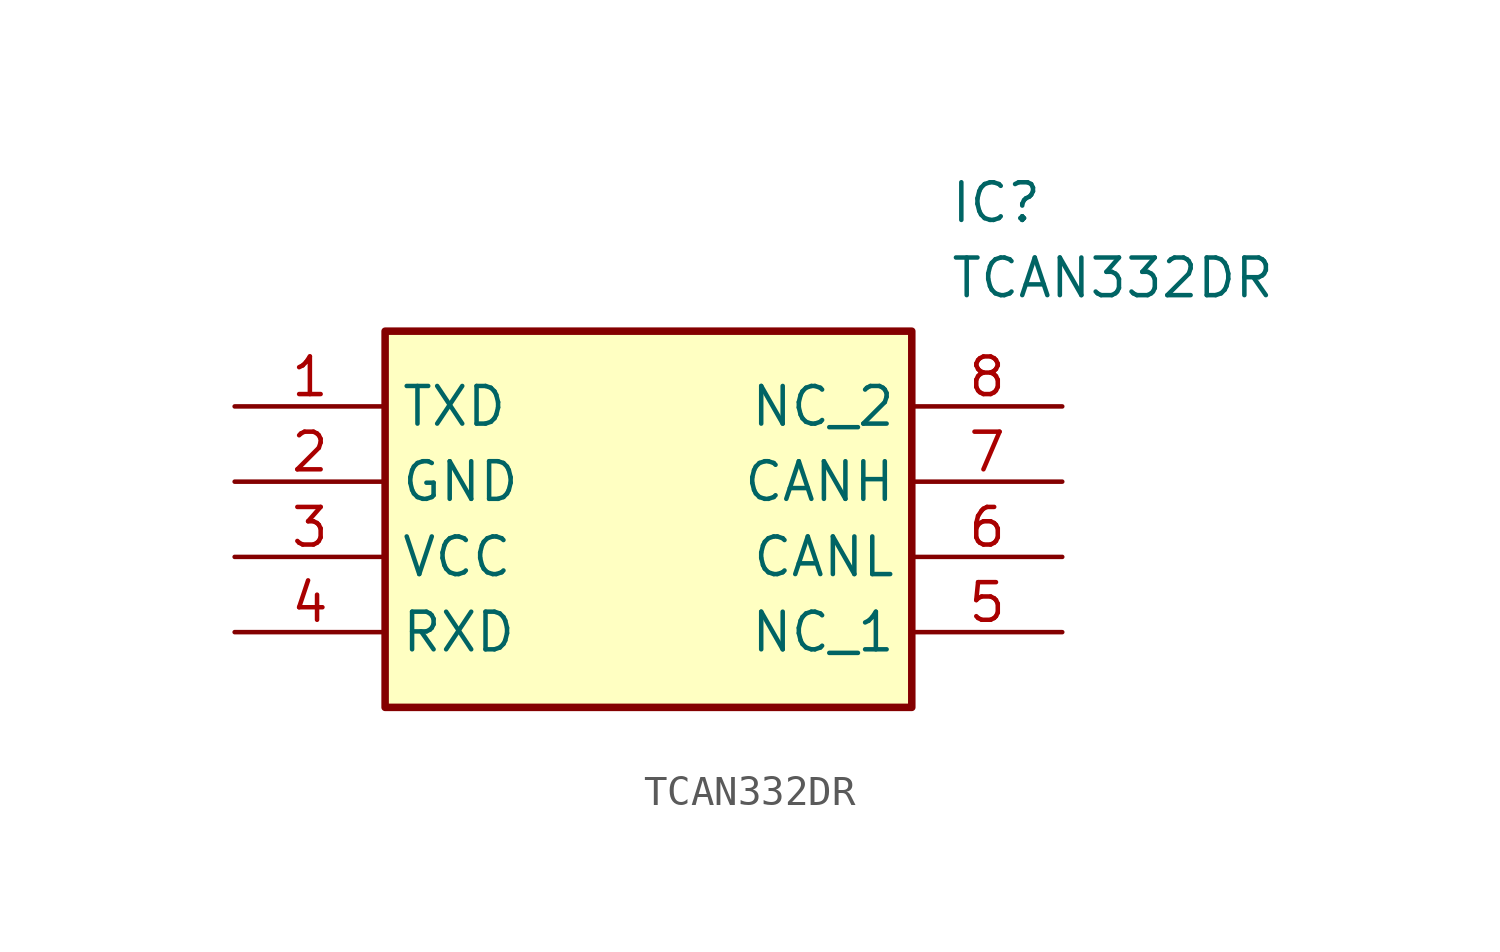
<source format=kicad_sym>
(kicad_symbol_lib
  (version 20211014)
  (generator SamacSys_ECAD_Model)
  (symbol "TCAN332DR"
    (property "Reference" "IC"
      (at 24.13 7.62 0)
      (effects (font (size 1.27 1.27)) (justify left top)))
    (property "Value" "TCAN332DR"
      (at 24.13 5.08 0)
      (effects (font (size 1.27 1.27)) (justify left top)))
    (rectangle
      (start 5.08 2.54)
      (end 22.86 -10.16)
      (stroke (width 0.254) (type default))
      (fill (type background)))
    (pin passive line
      (at 0 0 0)
      (length 5.08)
      (name "TXD" (effects (font (size 1.27 1.27))))
      (number "1" (effects (font (size 1.27 1.27)))))
    (pin passive line
      (at 0 -2.54 0)
      (length 5.08)
      (name "GND" (effects (font (size 1.27 1.27))))
      (number "2" (effects (font (size 1.27 1.27)))))
    (pin passive line
      (at 0 -5.08 0)
      (length 5.08)
      (name "VCC" (effects (font (size 1.27 1.27))))
      (number "3" (effects (font (size 1.27 1.27)))))
    (pin passive line
      (at 0 -7.62 0)
      (length 5.08)
      (name "RXD" (effects (font (size 1.27 1.27))))
      (number "4" (effects (font (size 1.27 1.27)))))
    (pin passive line
      (at 27.94 0 180)
      (length 5.08)
      (name "NC_2" (effects (font (size 1.27 1.27))))
      (number "8" (effects (font (size 1.27 1.27)))))
    (pin passive line
      (at 27.94 -2.54 180)
      (length 5.08)
      (name "CANH" (effects (font (size 1.27 1.27))))
      (number "7" (effects (font (size 1.27 1.27)))))
    (pin passive line
      (at 27.94 -5.08 180)
      (length 5.08)
      (name "CANL" (effects (font (size 1.27 1.27))))
      (number "6" (effects (font (size 1.27 1.27)))))
    (pin passive line
      (at 27.94 -7.62 180)
      (length 5.08)
      (name "NC_1" (effects (font (size 1.27 1.27))))
      (number "5" (effects (font (size 1.27 1.27)))))))
</source>
